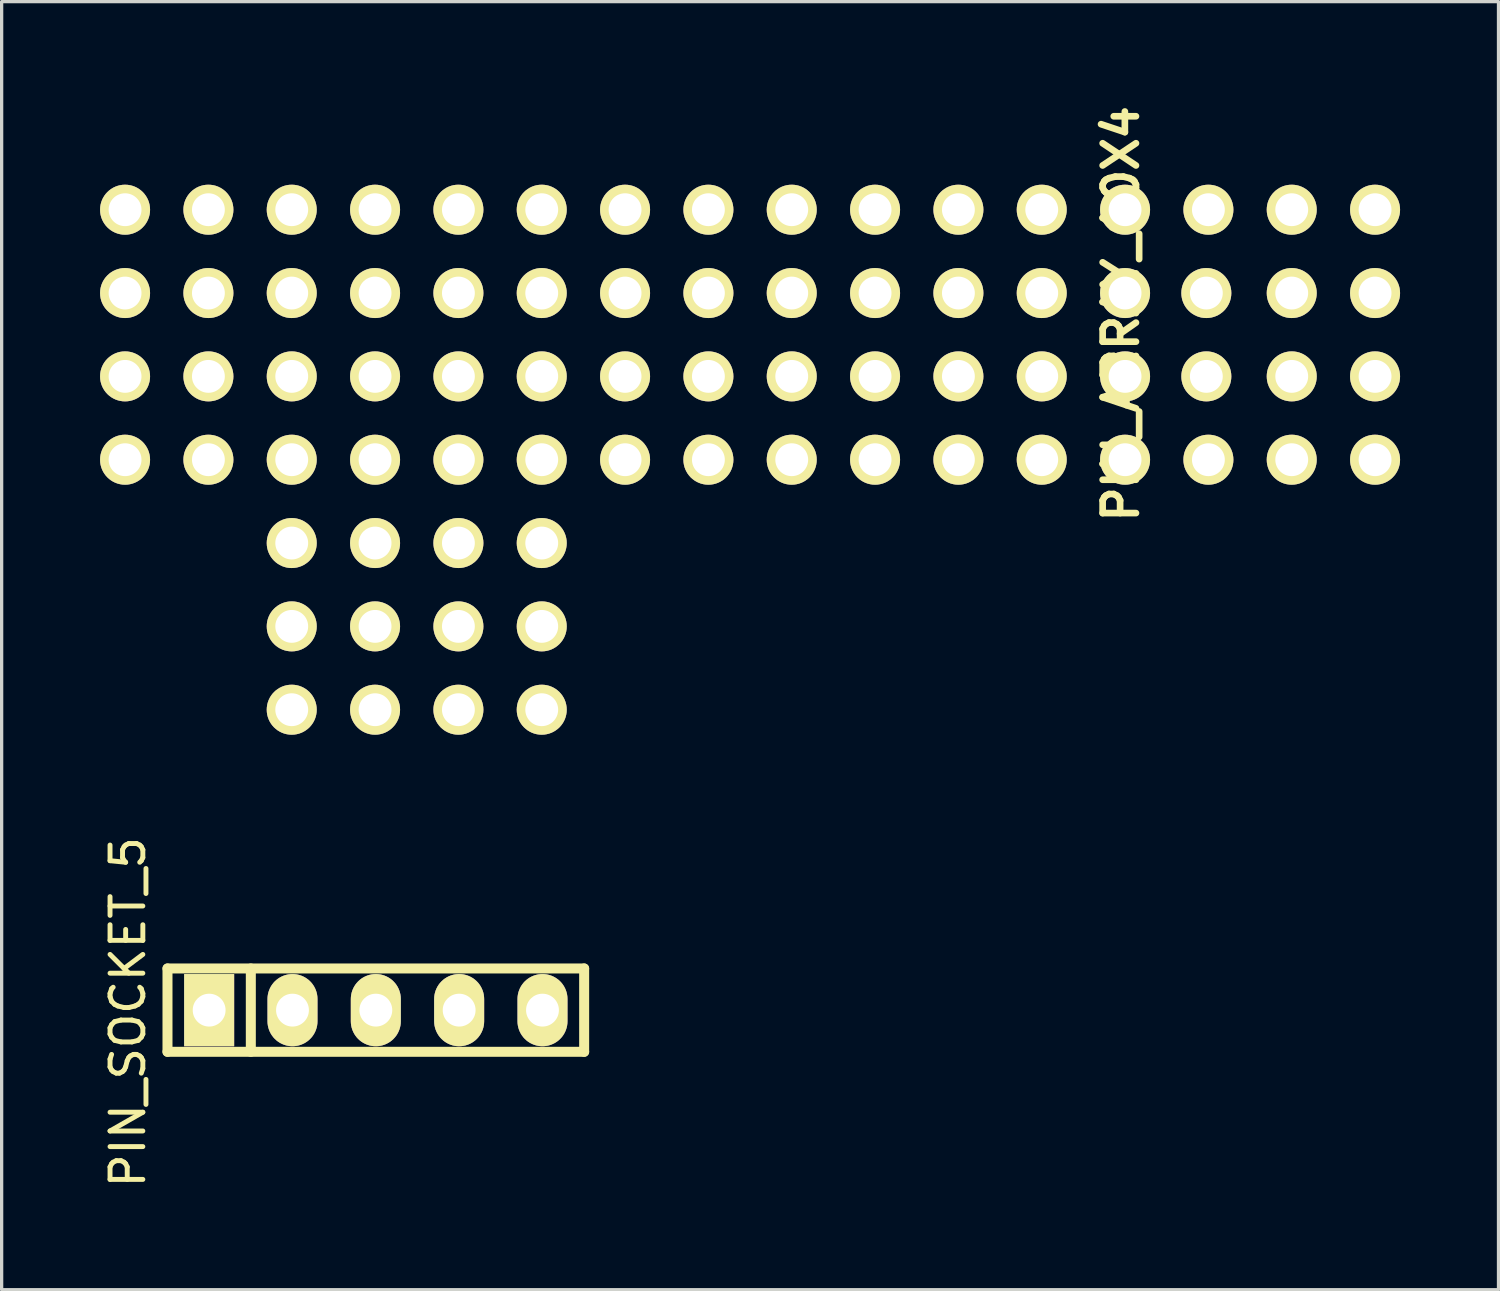
<source format=kicad_pcb>
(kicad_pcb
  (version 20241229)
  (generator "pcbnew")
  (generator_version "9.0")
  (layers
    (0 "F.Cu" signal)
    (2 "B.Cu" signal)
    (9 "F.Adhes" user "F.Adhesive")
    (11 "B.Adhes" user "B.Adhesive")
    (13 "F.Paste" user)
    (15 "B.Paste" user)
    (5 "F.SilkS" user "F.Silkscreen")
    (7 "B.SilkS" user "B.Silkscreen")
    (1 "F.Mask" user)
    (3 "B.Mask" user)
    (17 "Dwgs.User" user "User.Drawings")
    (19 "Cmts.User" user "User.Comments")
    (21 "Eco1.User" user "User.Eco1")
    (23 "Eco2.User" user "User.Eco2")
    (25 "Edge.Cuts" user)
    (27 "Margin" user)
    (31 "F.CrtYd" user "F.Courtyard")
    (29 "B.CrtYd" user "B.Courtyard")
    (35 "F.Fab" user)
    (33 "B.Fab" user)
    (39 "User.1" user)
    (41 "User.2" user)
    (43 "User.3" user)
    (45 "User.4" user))
  (footprint "PIN_SOCKET_5"
    (layer "F.Cu")
    (at 8.405 27.739)
    (property "Reference" "PIN_SOCKET_5" (at -7.556 0.064 90) (layer "F.SilkS") (effects (font (size 1 1) (thickness 0.15))))
    (attr through_hole)
    (fp_line (start -6.35 -1.27) (end 6.35 -1.27) (stroke (width 0.305) (type solid)) (layer "F.SilkS"))
    (fp_line (start -6.35 1.27) (end -6.35 -1.27) (stroke (width 0.305) (type solid)) (layer "F.SilkS"))
    (fp_line (start -3.81 -1.27) (end -3.81 1.27) (stroke (width 0.305) (type solid)) (layer "F.SilkS"))
    (fp_line (start 6.35 -1.27) (end 6.35 1.27) (stroke (width 0.305) (type solid)) (layer "F.SilkS"))
    (fp_line (start 6.35 1.27) (end -6.35 1.27) (stroke (width 0.305) (type solid)) (layer "F.SilkS"))
    (pad "1" thru_hole rect (at -5.08 0) (size 1.524 2.2) (drill 1.001) (layers "*.Cu" "*.Mask" "F.SilkS"))
    (pad "2" thru_hole oval (at -2.54 0) (size 1.524 2.2) (drill 1.001) (layers "*.Cu" "*.Mask" "F.SilkS"))
    (pad "3" thru_hole oval (at 0 0) (size 1.524 2.2) (drill 1.001) (layers "*.Cu" "*.Mask" "F.SilkS"))
    (pad "4" thru_hole oval (at 2.54 0) (size 1.524 2.2) (drill 1.001) (layers "*.Cu" "*.Mask" "F.SilkS"))
    (pad "5" thru_hole oval (at 5.08 0) (size 1.524 2.2) (drill 1.001) (layers "*.Cu" "*.Mask" "F.SilkS")))
  (footprint "PIN_ARRAY_10X4"
    (layer "F.Cu")
    (at 29.972 9.692)
    (property "Reference" "PIN_ARRAY_10X4" (at 1.143 -3.175 90) (layer "F.SilkS") (effects (font (size 1.016 1.016) (thickness 0.203))))
    (attr through_hole)
    (pad "" thru_hole circle (at -29.21 -3.81) (size 1.524 1.524) (drill 1.001) (layers "*.Cu" "*.Mask" "F.SilkS"))
    (pad "" thru_hole circle (at -29.21 1.27) (size 1.524 1.524) (drill 1.001) (layers "*.Cu" "*.Mask" "F.SilkS"))
    (pad "" thru_hole circle (at -26.67 -3.81) (size 1.524 1.524) (drill 1.001) (layers "*.Cu" "*.Mask" "F.SilkS"))
    (pad "" thru_hole circle (at -26.67 1.27) (size 1.524 1.524) (drill 1.001) (layers "*.Cu" "*.Mask" "F.SilkS"))
    (pad "" thru_hole circle (at -24.13 -3.81) (size 1.524 1.524) (drill 1.001) (layers "*.Cu" "*.Mask" "F.SilkS"))
    (pad "" thru_hole circle (at -24.13 1.27) (size 1.524 1.524) (drill 1.001) (layers "*.Cu" "*.Mask" "F.SilkS"))
    (pad "" thru_hole circle (at -24.13 8.89) (size 1.524 1.524) (drill 1.001) (layers "*.Cu" "*.Mask" "F.SilkS"))
    (pad "" thru_hole circle (at -21.59 -3.81) (size 1.524 1.524) (drill 1.001) (layers "*.Cu" "*.Mask" "F.SilkS"))
    (pad "" thru_hole circle (at -21.59 1.27) (size 1.524 1.524) (drill 1.001) (layers "*.Cu" "*.Mask" "F.SilkS"))
    (pad "" thru_hole circle (at -21.59 8.89) (size 1.524 1.524) (drill 1.001) (layers "*.Cu" "*.Mask" "F.SilkS"))
    (pad "" thru_hole circle (at -19.05 -3.81) (size 1.524 1.524) (drill 1.001) (layers "*.Cu" "*.Mask" "F.SilkS"))
    (pad "" thru_hole circle (at -19.05 1.27) (size 1.524 1.524) (drill 1.001) (layers "*.Cu" "*.Mask" "F.SilkS"))
    (pad "" thru_hole circle (at -19.05 8.89) (size 1.524 1.524) (drill 1.001) (layers "*.Cu" "*.Mask" "F.SilkS"))
    (pad "" thru_hole circle (at -16.51 -3.81) (size 1.524 1.524) (drill 1.001) (layers "*.Cu" "*.Mask" "F.SilkS"))
    (pad "" thru_hole circle (at -16.51 1.27) (size 1.524 1.524) (drill 1.001) (layers "*.Cu" "*.Mask" "F.SilkS"))
    (pad "" thru_hole circle (at -16.51 8.89) (size 1.524 1.524) (drill 1.001) (layers "*.Cu" "*.Mask" "F.SilkS"))
    (pad "" thru_hole circle (at -13.97 -3.81) (size 1.524 1.524) (drill 1.001) (layers "*.Cu" "*.Mask" "F.SilkS"))
    (pad "" thru_hole circle (at -13.97 1.27) (size 1.524 1.524) (drill 1.001) (layers "*.Cu" "*.Mask" "F.SilkS"))
    (pad "" thru_hole circle (at -11.43 -3.81) (size 1.524 1.524) (drill 1.001) (layers "*.Cu" "*.Mask" "F.SilkS"))
    (pad "" thru_hole circle (at -11.43 1.27) (size 1.524 1.524) (drill 1.001) (layers "*.Cu" "*.Mask" "F.SilkS"))
    (pad "" thru_hole circle (at -8.89 -3.81) (size 1.524 1.524) (drill 1.001) (layers "*.Cu" "*.Mask" "F.SilkS"))
    (pad "" thru_hole circle (at -8.89 1.27) (size 1.524 1.524) (drill 1.001) (layers "*.Cu" "*.Mask" "F.SilkS"))
    (pad "" thru_hole circle (at -6.35 -3.81) (size 1.524 1.524) (drill 1.001) (layers "*.Cu" "*.Mask" "F.SilkS"))
    (pad "" thru_hole circle (at -6.35 1.27) (size 1.524 1.524) (drill 1.001) (layers "*.Cu" "*.Mask" "F.SilkS"))
    (pad "" thru_hole circle (at -3.81 -3.81) (size 1.524 1.524) (drill 1.001) (layers "*.Cu" "*.Mask" "F.SilkS"))
    (pad "" thru_hole circle (at -3.81 1.27) (size 1.524 1.524) (drill 1.001) (layers "*.Cu" "*.Mask" "F.SilkS"))
    (pad "" thru_hole circle (at -1.27 -3.81) (size 1.524 1.524) (drill 1.001) (layers "*.Cu" "*.Mask" "F.SilkS"))
    (pad "" thru_hole circle (at -1.27 1.27) (size 1.524 1.524) (drill 1.001) (layers "*.Cu" "*.Mask" "F.SilkS"))
    (pad "" thru_hole circle (at 1.27 -3.81) (size 1.524 1.524) (drill 1.001) (layers "*.Cu" "*.Mask" "F.SilkS"))
    (pad "" thru_hole circle (at 1.27 1.27) (size 1.524 1.524) (drill 1.001) (layers "*.Cu" "*.Mask" "F.SilkS"))
    (pad "" thru_hole circle (at 3.747 -3.81) (size 1.524 1.524) (drill 1.001) (layers "*.Cu" "*.Mask" "F.SilkS"))
    (pad "" thru_hole circle (at 3.81 1.27) (size 1.524 1.524) (drill 1.001) (layers "*.Cu" "*.Mask" "F.SilkS"))
    (pad "" thru_hole circle (at 6.35 -3.81) (size 1.524 1.524) (drill 1.001) (layers "*.Cu" "*.Mask" "F.SilkS"))
    (pad "" thru_hole circle (at 6.35 1.27) (size 1.524 1.524) (drill 1.001) (layers "*.Cu" "*.Mask" "F.SilkS"))
    (pad "" thru_hole circle (at 8.89 -3.81) (size 1.524 1.524) (drill 1.001) (layers "*.Cu" "*.Mask" "F.SilkS"))
    (pad "" thru_hole circle (at 8.89 1.27) (size 1.524 1.524) (drill 1.001) (layers "*.Cu" "*.Mask" "F.SilkS"))
    (pad "1" thru_hole circle (at -29.21 -6.35) (size 1.524 1.524) (drill 1.001) (layers "*.Cu" "*.Mask" "F.SilkS"))
    (pad "2" thru_hole circle (at -26.67 -6.35) (size 1.524 1.524) (drill 1.001) (layers "*.Cu" "*.Mask" "F.SilkS"))
    (pad "3" thru_hole circle (at -24.13 -6.35) (size 1.524 1.524) (drill 1.001) (layers "*.Cu" "*.Mask" "F.SilkS"))
    (pad "4" thru_hole circle (at -21.59 -6.35) (size 1.524 1.524) (drill 1.001) (layers "*.Cu" "*.Mask" "F.SilkS"))
    (pad "5" thru_hole circle (at -19.05 -6.35) (size 1.524 1.524) (drill 1.001) (layers "*.Cu" "*.Mask" "F.SilkS"))
    (pad "6" thru_hole circle (at -16.51 -6.35) (size 1.524 1.524) (drill 1.001) (layers "*.Cu" "*.Mask" "F.SilkS"))
    (pad "7" thru_hole circle (at -13.97 -6.35) (size 1.524 1.524) (drill 1.001) (layers "*.Cu" "*.Mask" "F.SilkS"))
    (pad "8" thru_hole circle (at -11.43 -6.35) (size 1.524 1.524) (drill 1.001) (layers "*.Cu" "*.Mask" "F.SilkS"))
    (pad "9" thru_hole circle (at -8.89 -6.35) (size 1.524 1.524) (drill 1.001) (layers "*.Cu" "*.Mask" "F.SilkS"))
    (pad "10" thru_hole circle (at -6.35 -6.35) (size 1.524 1.524) (drill 1.001) (layers "*.Cu" "*.Mask" "F.SilkS"))
    (pad "11" thru_hole circle (at -3.81 -6.35) (size 1.524 1.524) (drill 1.001) (layers "*.Cu" "*.Mask" "F.SilkS"))
    (pad "12" thru_hole circle (at -1.27 -6.35) (size 1.524 1.524) (drill 1.001) (layers "*.Cu" "*.Mask" "F.SilkS"))
    (pad "13" thru_hole circle (at 1.27 -6.35) (size 1.524 1.524) (drill 1.001) (layers "*.Cu" "*.Mask" "F.SilkS"))
    (pad "14" thru_hole circle (at 3.81 -6.35) (size 1.524 1.524) (drill 1.001) (layers "*.Cu" "*.Mask" "F.SilkS"))
    (pad "15" thru_hole circle (at 6.35 -6.35) (size 1.524 1.524) (drill 1.001) (layers "*.Cu" "*.Mask" "F.SilkS"))
    (pad "16" thru_hole circle (at 8.89 -6.35) (size 1.524 1.524) (drill 1.001) (layers "*.Cu" "*.Mask" "F.SilkS"))
    (pad "17" thru_hole circle (at -24.13 3.81) (size 1.524 1.524) (drill 1.001) (layers "*.Cu" "*.Mask" "F.SilkS"))
    (pad "18" thru_hole circle (at -21.59 3.81) (size 1.524 1.524) (drill 1.001) (layers "*.Cu" "*.Mask" "F.SilkS"))
    (pad "19" thru_hole circle (at -19.05 3.81) (size 1.524 1.524) (drill 1.001) (layers "*.Cu" "*.Mask" "F.SilkS"))
    (pad "20" thru_hole circle (at -16.51 3.81) (size 1.524 1.524) (drill 1.001) (layers "*.Cu" "*.Mask" "F.SilkS"))
    (pad "21" thru_hole circle (at -16.51 6.35) (size 1.524 1.524) (drill 1.001) (layers "*.Cu" "*.Mask" "F.SilkS"))
    (pad "22" thru_hole circle (at -19.05 6.35) (size 1.524 1.524) (drill 1.001) (layers "*.Cu" "*.Mask" "F.SilkS"))
    (pad "23" thru_hole circle (at -21.59 6.35) (size 1.524 1.524) (drill 1.001) (layers "*.Cu" "*.Mask" "F.SilkS"))
    (pad "24" thru_hole circle (at -24.13 6.35) (size 1.524 1.524) (drill 1.001) (layers "*.Cu" "*.Mask" "F.SilkS"))
    (pad "25" thru_hole circle (at 8.89 -1.27) (size 1.524 1.524) (drill 1.001) (layers "*.Cu" "*.Mask" "F.SilkS"))
    (pad "26" thru_hole circle (at 6.35 -1.27) (size 1.524 1.524) (drill 1.001) (layers "*.Cu" "*.Mask" "F.SilkS"))
    (pad "27" thru_hole circle (at 3.747 -1.27) (size 1.524 1.524) (drill 1.001) (layers "*.Cu" "*.Mask" "F.SilkS"))
    (pad "28" thru_hole circle (at 1.27 -1.27) (size 1.524 1.524) (drill 1.001) (layers "*.Cu" "*.Mask" "F.SilkS"))
    (pad "29" thru_hole circle (at -1.27 -1.27) (size 1.524 1.524) (drill 1.001) (layers "*.Cu" "*.Mask" "F.SilkS"))
    (pad "30" thru_hole circle (at -3.81 -1.27) (size 1.524 1.524) (drill 1.001) (layers "*.Cu" "*.Mask" "F.SilkS"))
    (pad "31" thru_hole circle (at -6.35 -1.27) (size 1.524 1.524) (drill 1.001) (layers "*.Cu" "*.Mask" "F.SilkS"))
    (pad "32" thru_hole circle (at -8.89 -1.27) (size 1.524 1.524) (drill 1.001) (layers "*.Cu" "*.Mask" "F.SilkS"))
    (pad "33" thru_hole circle (at -11.43 -1.27) (size 1.524 1.524) (drill 1.001) (layers "*.Cu" "*.Mask" "F.SilkS"))
    (pad "34" thru_hole circle (at -13.97 -1.27) (size 1.524 1.524) (drill 1.001) (layers "*.Cu" "*.Mask" "F.SilkS"))
    (pad "35" thru_hole circle (at -16.51 -1.27) (size 1.524 1.524) (drill 1.001) (layers "*.Cu" "*.Mask" "F.SilkS"))
    (pad "36" thru_hole circle (at -19.05 -1.27) (size 1.524 1.524) (drill 1.001) (layers "*.Cu" "*.Mask" "F.SilkS"))
    (pad "37" thru_hole circle (at -21.59 -1.27) (size 1.524 1.524) (drill 1.001) (layers "*.Cu" "*.Mask" "F.SilkS"))
    (pad "38" thru_hole circle (at -24.13 -1.27) (size 1.524 1.524) (drill 1.001) (layers "*.Cu" "*.Mask" "F.SilkS"))
    (pad "39" thru_hole circle (at -26.67 -1.27) (size 1.524 1.524) (drill 1.001) (layers "*.Cu" "*.Mask" "F.SilkS"))
    (pad "40" thru_hole circle (at -29.21 -1.27) (size 1.524 1.524) (drill 1.001) (layers "*.Cu" "*.Mask" "F.SilkS")))
  (gr_rect
    (start -3 -3)
    (end 42.624 36.261)
    (stroke (width 0.1) (type default))
    (fill no)
    (layer "Edge.Cuts")))
</source>
